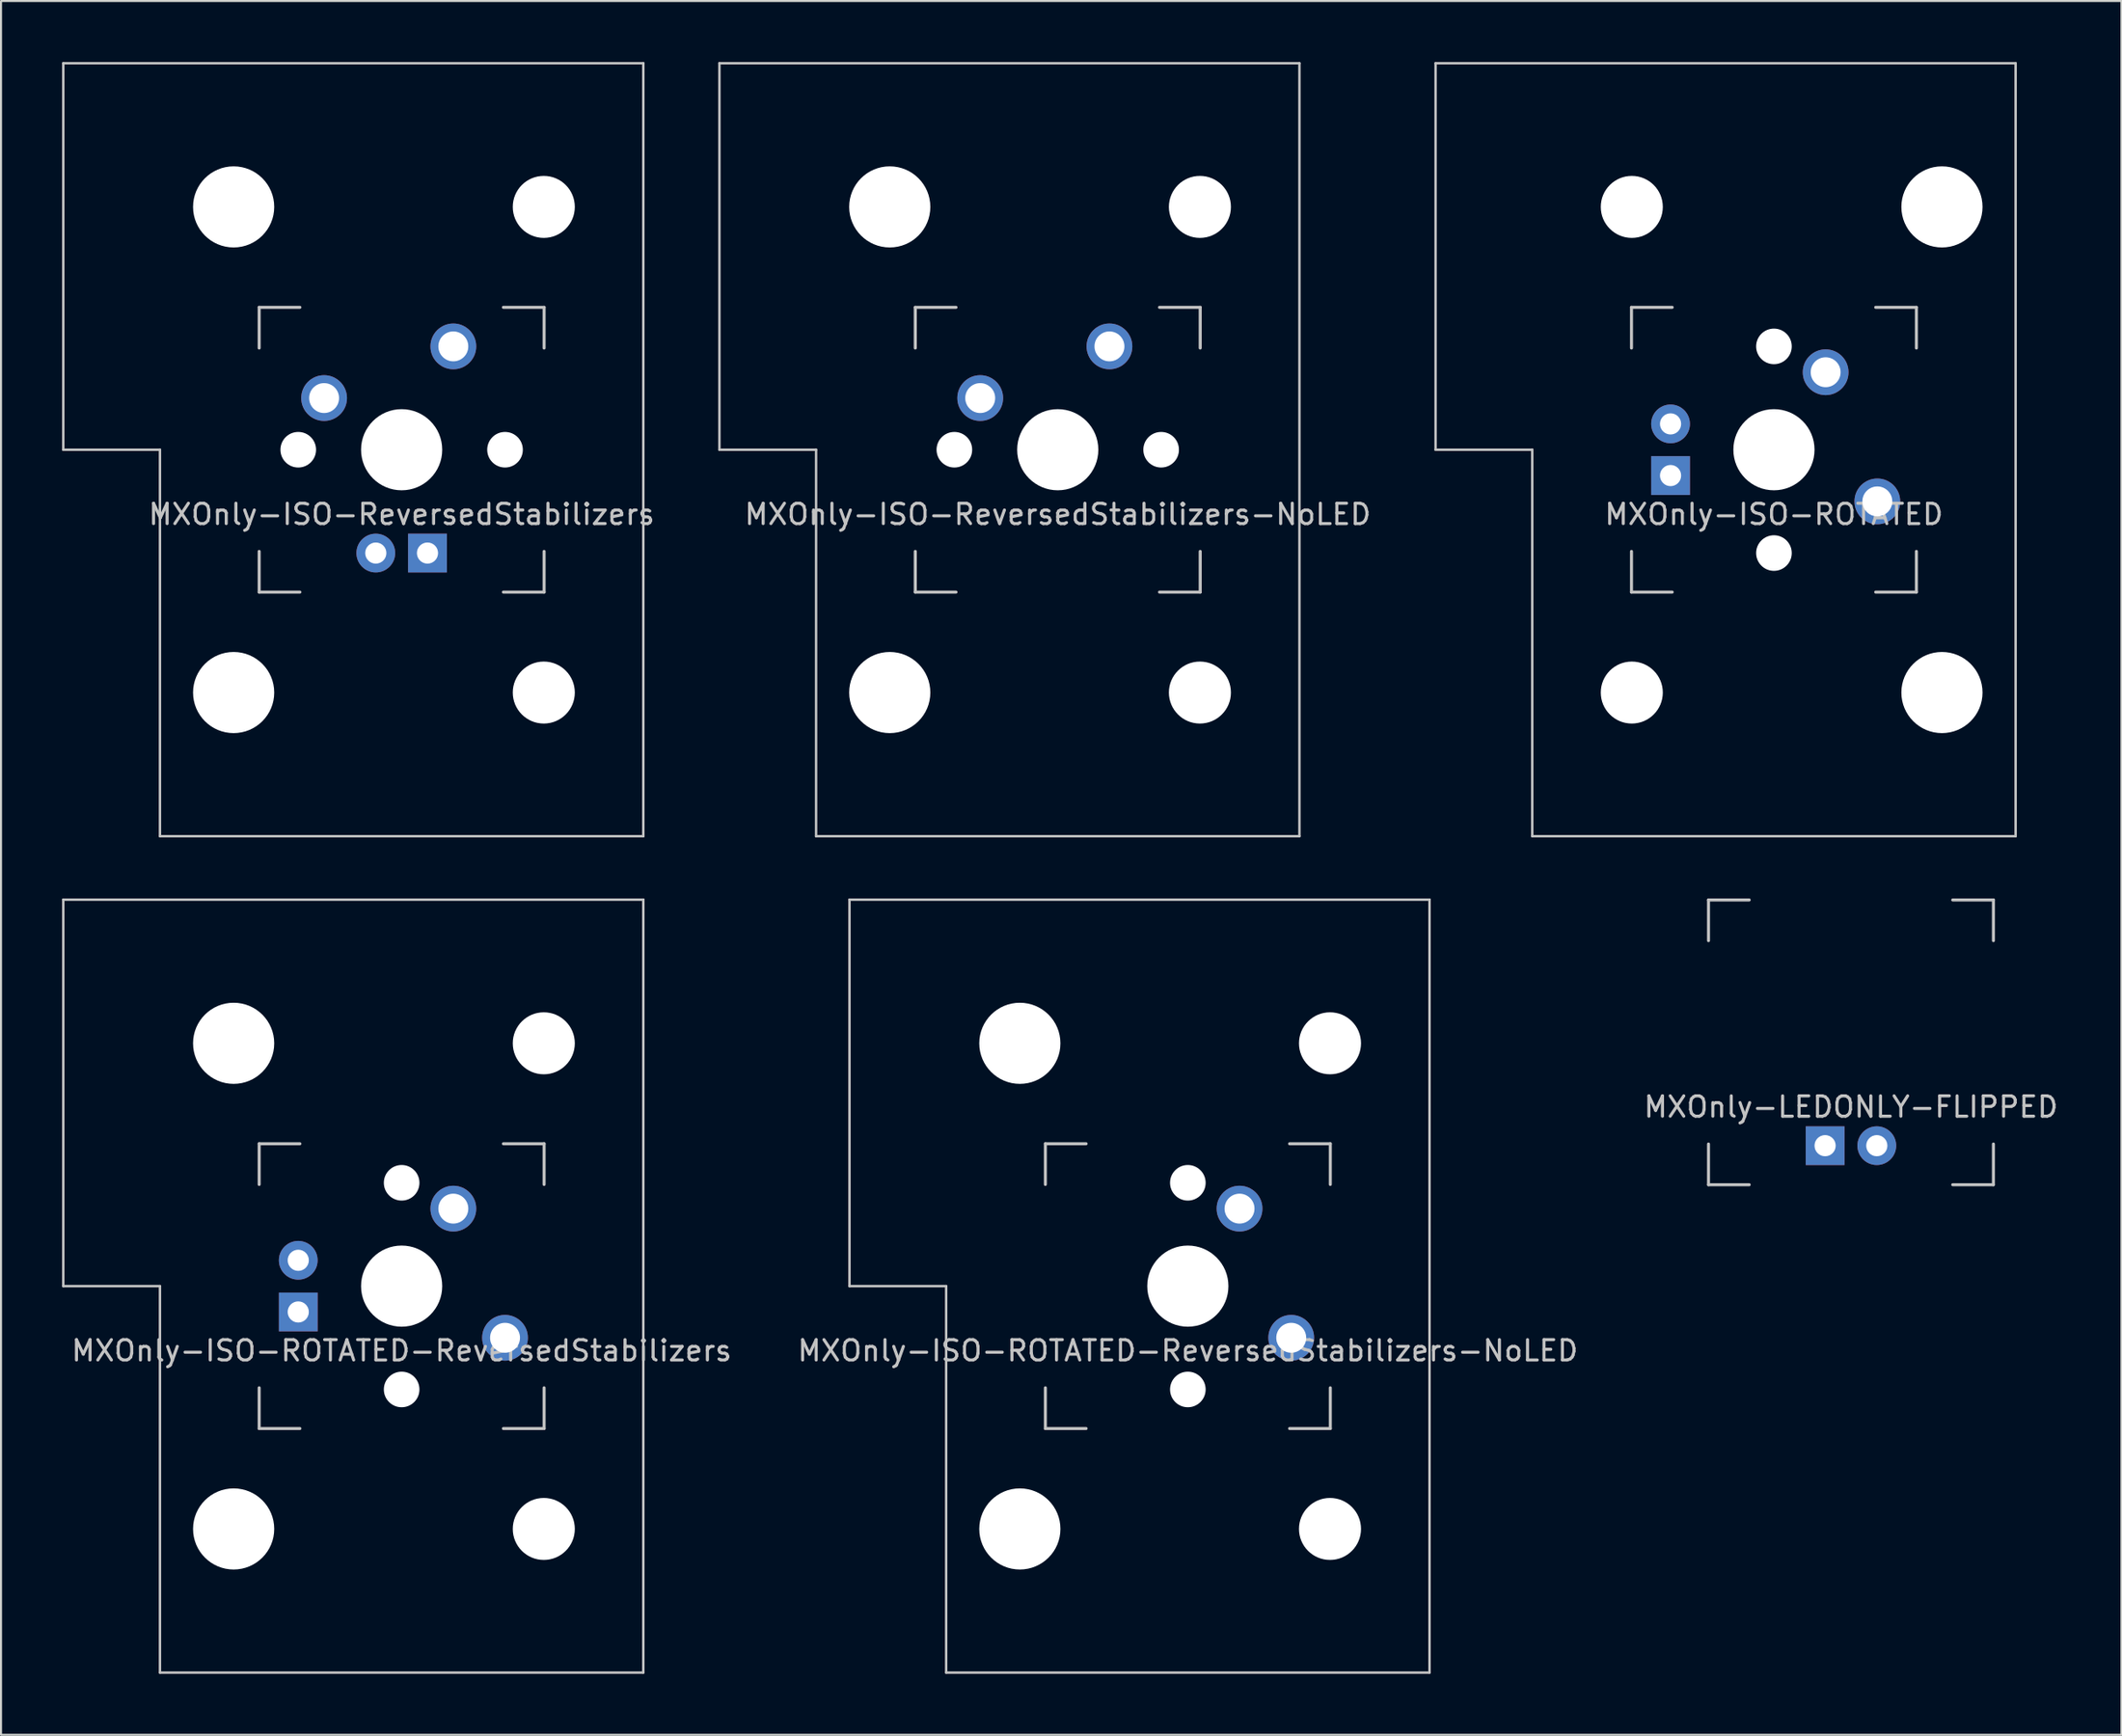
<source format=kicad_pcb>
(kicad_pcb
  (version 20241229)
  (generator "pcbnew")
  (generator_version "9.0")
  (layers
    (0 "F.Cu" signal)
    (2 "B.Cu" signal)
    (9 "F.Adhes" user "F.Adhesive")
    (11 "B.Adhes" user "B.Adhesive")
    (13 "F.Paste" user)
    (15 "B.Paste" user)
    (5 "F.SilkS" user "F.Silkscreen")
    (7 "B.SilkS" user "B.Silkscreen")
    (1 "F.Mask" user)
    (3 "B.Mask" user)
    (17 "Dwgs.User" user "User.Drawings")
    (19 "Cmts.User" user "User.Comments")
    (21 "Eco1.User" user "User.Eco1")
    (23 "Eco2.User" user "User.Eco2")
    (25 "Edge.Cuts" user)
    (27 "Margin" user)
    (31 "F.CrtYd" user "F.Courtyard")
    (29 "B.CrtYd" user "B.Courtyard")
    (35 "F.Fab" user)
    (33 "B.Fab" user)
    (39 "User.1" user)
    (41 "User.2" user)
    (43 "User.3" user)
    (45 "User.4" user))
  (footprint "MXOnly-ISO-ROTATED-ReversedStabilizers-NoLED"
    (layer "F.Cu")
    (at 55.316 60.18)
    (property "Reference" "MXOnly-ISO-ROTATED-ReversedStabilizers-NoLED" (at 0 3.175 0) (layer "Dwgs.User") (effects (font (size 1 1) (thickness 0.15))))
    (attr through_hole)
    (fp_line (start -16.625 -19) (end -16.625 0) (stroke (width 0.12) (type solid)) (layer "Dwgs.User"))
    (fp_line (start -11.875 0) (end -16.625 0) (stroke (width 0.12) (type solid)) (layer "Dwgs.User"))
    (fp_line (start -11.875 19) (end -11.875 0) (stroke (width 0.12) (type solid)) (layer "Dwgs.User"))
    (fp_line (start -7 -7) (end -7 -5) (stroke (width 0.15) (type solid)) (layer "Dwgs.User"))
    (fp_line (start -7 5) (end -7 7) (stroke (width 0.15) (type solid)) (layer "Dwgs.User"))
    (fp_line (start -7 7) (end -5 7) (stroke (width 0.15) (type solid)) (layer "Dwgs.User"))
    (fp_line (start -5 -7) (end -7 -7) (stroke (width 0.15) (type solid)) (layer "Dwgs.User"))
    (fp_line (start 5 -7) (end 7 -7) (stroke (width 0.15) (type solid)) (layer "Dwgs.User"))
    (fp_line (start 5 7) (end 7 7) (stroke (width 0.15) (type solid)) (layer "Dwgs.User"))
    (fp_line (start 7 -7) (end 7 -5) (stroke (width 0.15) (type solid)) (layer "Dwgs.User"))
    (fp_line (start 7 7) (end 7 5) (stroke (width 0.15) (type solid)) (layer "Dwgs.User"))
    (fp_line (start 11.875 -19) (end -16.625 -19) (stroke (width 0.12) (type solid)) (layer "Dwgs.User"))
    (fp_line (start 11.875 19) (end -11.875 19) (stroke (width 0.12) (type solid)) (layer "Dwgs.User"))
    (fp_line (start 11.875 19) (end 11.875 -19) (stroke (width 0.12) (type solid)) (layer "Dwgs.User"))
    (pad "" np_thru_hole circle (at -8.255 -11.938) (size 3.988 3.988) (drill 3.988) (layers "*.Cu" "*.Mask"))
    (pad "" np_thru_hole circle (at -8.255 11.938) (size 3.988 3.988) (drill 3.988) (layers "*.Cu" "*.Mask"))
    (pad "" np_thru_hole circle (at 0 -5.08 48.1) (size 1.75 1.75) (drill 1.75) (layers "*.Cu" "*.Mask"))
    (pad "" np_thru_hole circle (at 0 0) (size 3.988 3.988) (drill 3.988) (layers "*.Cu" "*.Mask"))
    (pad "" np_thru_hole circle (at 0 5.08 48.1) (size 1.75 1.75) (drill 1.75) (layers "*.Cu" "*.Mask"))
    (pad "" np_thru_hole circle (at 6.985 -11.938) (size 3.048 3.048) (drill 3.048) (layers "*.Cu" "*.Mask"))
    (pad "" np_thru_hole circle (at 6.985 11.938) (size 3.048 3.048) (drill 3.048) (layers "*.Cu" "*.Mask"))
    (pad "1" thru_hole circle (at 2.54 -3.81) (size 2.25 2.25) (drill 1.47) (layers "*.Cu" "B.Mask"))
    (pad "2" thru_hole circle (at 5.08 2.54) (size 2.25 2.25) (drill 1.47) (layers "*.Cu" "B.Mask")))
  (footprint "MXOnly-ISO-ReversedStabilizers"
    (layer "F.Cu")
    (at 16.685 19.06)
    (property "Reference" "MXOnly-ISO-ReversedStabilizers" (at 0 3.175 0) (layer "Dwgs.User") (effects (font (size 1 1) (thickness 0.15))))
    (attr through_hole)
    (fp_line (start -16.625 -19) (end -16.625 0) (stroke (width 0.12) (type solid)) (layer "Dwgs.User"))
    (fp_line (start -11.875 0) (end -16.625 0) (stroke (width 0.12) (type solid)) (layer "Dwgs.User"))
    (fp_line (start -11.875 19) (end -11.875 0) (stroke (width 0.12) (type solid)) (layer "Dwgs.User"))
    (fp_line (start -7 -7) (end -7 -5) (stroke (width 0.15) (type solid)) (layer "Dwgs.User"))
    (fp_line (start -7 5) (end -7 7) (stroke (width 0.15) (type solid)) (layer "Dwgs.User"))
    (fp_line (start -7 7) (end -5 7) (stroke (width 0.15) (type solid)) (layer "Dwgs.User"))
    (fp_line (start -5 -7) (end -7 -7) (stroke (width 0.15) (type solid)) (layer "Dwgs.User"))
    (fp_line (start 5 -7) (end 7 -7) (stroke (width 0.15) (type solid)) (layer "Dwgs.User"))
    (fp_line (start 5 7) (end 7 7) (stroke (width 0.15) (type solid)) (layer "Dwgs.User"))
    (fp_line (start 7 -7) (end 7 -5) (stroke (width 0.15) (type solid)) (layer "Dwgs.User"))
    (fp_line (start 7 7) (end 7 5) (stroke (width 0.15) (type solid)) (layer "Dwgs.User"))
    (fp_line (start 11.875 -19) (end -16.625 -19) (stroke (width 0.12) (type solid)) (layer "Dwgs.User"))
    (fp_line (start 11.875 19) (end -11.875 19) (stroke (width 0.12) (type solid)) (layer "Dwgs.User"))
    (fp_line (start 11.875 19) (end 11.875 -19) (stroke (width 0.12) (type solid)) (layer "Dwgs.User"))
    (pad "" np_thru_hole circle (at -8.255 -11.938) (size 3.988 3.988) (drill 3.988) (layers "*.Cu" "*.Mask"))
    (pad "" np_thru_hole circle (at -8.255 11.938) (size 3.988 3.988) (drill 3.988) (layers "*.Cu" "*.Mask"))
    (pad "" np_thru_hole circle (at -5.08 0 48.1) (size 1.75 1.75) (drill 1.75) (layers "*.Cu" "*.Mask"))
    (pad "" np_thru_hole circle (at 0 0) (size 3.988 3.988) (drill 3.988) (layers "*.Cu" "*.Mask"))
    (pad "" np_thru_hole circle (at 5.08 0 48.1) (size 1.75 1.75) (drill 1.75) (layers "*.Cu" "*.Mask"))
    (pad "" np_thru_hole circle (at 6.985 -11.938) (size 3.048 3.048) (drill 3.048) (layers "*.Cu" "*.Mask"))
    (pad "" np_thru_hole circle (at 6.985 11.938) (size 3.048 3.048) (drill 3.048) (layers "*.Cu" "*.Mask"))
    (pad "1" thru_hole circle (at -3.81 -2.54) (size 2.25 2.25) (drill 1.47) (layers "*.Cu" "B.Mask"))
    (pad "2" thru_hole circle (at 2.54 -5.08) (size 2.25 2.25) (drill 1.47) (layers "*.Cu" "B.Mask"))
    (pad "3" thru_hole circle (at -1.27 5.08) (size 1.905 1.905) (drill 1.04) (layers "*.Cu" "B.Mask"))
    (pad "4" thru_hole rect (at 1.27 5.08) (size 1.905 1.905) (drill 1.04) (layers "*.Cu" "B.Mask")))
  (footprint "MXOnly-ISO-ROTATED-ReversedStabilizers"
    (layer "F.Cu")
    (at 16.685 60.18)
    (property "Reference" "MXOnly-ISO-ROTATED-ReversedStabilizers" (at 0 3.175 0) (layer "Dwgs.User") (effects (font (size 1 1) (thickness 0.15))))
    (attr through_hole)
    (fp_line (start -16.625 -19) (end -16.625 0) (stroke (width 0.12) (type solid)) (layer "Dwgs.User"))
    (fp_line (start -11.875 0) (end -16.625 0) (stroke (width 0.12) (type solid)) (layer "Dwgs.User"))
    (fp_line (start -11.875 19) (end -11.875 0) (stroke (width 0.12) (type solid)) (layer "Dwgs.User"))
    (fp_line (start -7 -7) (end -7 -5) (stroke (width 0.15) (type solid)) (layer "Dwgs.User"))
    (fp_line (start -7 5) (end -7 7) (stroke (width 0.15) (type solid)) (layer "Dwgs.User"))
    (fp_line (start -7 7) (end -5 7) (stroke (width 0.15) (type solid)) (layer "Dwgs.User"))
    (fp_line (start -5 -7) (end -7 -7) (stroke (width 0.15) (type solid)) (layer "Dwgs.User"))
    (fp_line (start 5 -7) (end 7 -7) (stroke (width 0.15) (type solid)) (layer "Dwgs.User"))
    (fp_line (start 5 7) (end 7 7) (stroke (width 0.15) (type solid)) (layer "Dwgs.User"))
    (fp_line (start 7 -7) (end 7 -5) (stroke (width 0.15) (type solid)) (layer "Dwgs.User"))
    (fp_line (start 7 7) (end 7 5) (stroke (width 0.15) (type solid)) (layer "Dwgs.User"))
    (fp_line (start 11.875 -19) (end -16.625 -19) (stroke (width 0.12) (type solid)) (layer "Dwgs.User"))
    (fp_line (start 11.875 19) (end -11.875 19) (stroke (width 0.12) (type solid)) (layer "Dwgs.User"))
    (fp_line (start 11.875 19) (end 11.875 -19) (stroke (width 0.12) (type solid)) (layer "Dwgs.User"))
    (pad "" np_thru_hole circle (at -8.255 -11.938) (size 3.988 3.988) (drill 3.988) (layers "*.Cu" "*.Mask"))
    (pad "" np_thru_hole circle (at -8.255 11.938) (size 3.988 3.988) (drill 3.988) (layers "*.Cu" "*.Mask"))
    (pad "" np_thru_hole circle (at 0 -5.08 48.1) (size 1.75 1.75) (drill 1.75) (layers "*.Cu" "*.Mask"))
    (pad "" np_thru_hole circle (at 0 0) (size 3.988 3.988) (drill 3.988) (layers "*.Cu" "*.Mask"))
    (pad "" np_thru_hole circle (at 0 5.08 48.1) (size 1.75 1.75) (drill 1.75) (layers "*.Cu" "*.Mask"))
    (pad "" np_thru_hole circle (at 6.985 -11.938) (size 3.048 3.048) (drill 3.048) (layers "*.Cu" "*.Mask"))
    (pad "" np_thru_hole circle (at 6.985 11.938) (size 3.048 3.048) (drill 3.048) (layers "*.Cu" "*.Mask"))
    (pad "1" thru_hole circle (at 2.54 -3.81) (size 2.25 2.25) (drill 1.47) (layers "*.Cu" "B.Mask"))
    (pad "2" thru_hole circle (at 5.08 2.54) (size 2.25 2.25) (drill 1.47) (layers "*.Cu" "B.Mask"))
    (pad "3" thru_hole circle (at -5.08 -1.27) (size 1.905 1.905) (drill 1.04) (layers "*.Cu" "B.Mask"))
    (pad "4" thru_hole rect (at -5.08 1.27) (size 1.905 1.905) (drill 1.04) (layers "*.Cu" "B.Mask")))
  (footprint "MXOnly-LEDONLY-FLIPPED"
    (layer "F.Cu")
    (at 87.899 48.195)
    (property "Reference" "MXOnly-LEDONLY-FLIPPED" (at 0 3.175 0) (layer "Dwgs.User") (effects (font (size 1 1) (thickness 0.15))))
    (attr through_hole)
    (fp_line (start -7 -7) (end -7 -5) (stroke (width 0.15) (type solid)) (layer "Dwgs.User"))
    (fp_line (start -7 5) (end -7 7) (stroke (width 0.15) (type solid)) (layer "Dwgs.User"))
    (fp_line (start -7 7) (end -5 7) (stroke (width 0.15) (type solid)) (layer "Dwgs.User"))
    (fp_line (start -5 -7) (end -7 -7) (stroke (width 0.15) (type solid)) (layer "Dwgs.User"))
    (fp_line (start 5 -7) (end 7 -7) (stroke (width 0.15) (type solid)) (layer "Dwgs.User"))
    (fp_line (start 5 7) (end 7 7) (stroke (width 0.15) (type solid)) (layer "Dwgs.User"))
    (fp_line (start 7 -7) (end 7 -5) (stroke (width 0.15) (type solid)) (layer "Dwgs.User"))
    (fp_line (start 7 7) (end 7 5) (stroke (width 0.15) (type solid)) (layer "Dwgs.User"))
    (pad "1" thru_hole circle (at 1.27 5.08) (size 1.905 1.905) (drill 1.04) (layers "*.Cu" "*.Mask"))
    (pad "2" thru_hole rect (at -1.27 5.08) (size 1.905 1.905) (drill 1.04) (layers "*.Cu" "*.Mask")))
  (footprint "MXOnly-ISO-ROTATED"
    (layer "F.Cu")
    (at 84.115 19.06)
    (property "Reference" "MXOnly-ISO-ROTATED" (at 0 3.175 0) (layer "Dwgs.User") (effects (font (size 1 1) (thickness 0.15))))
    (attr through_hole)
    (fp_line (start -16.625 -19) (end -16.625 0) (stroke (width 0.12) (type solid)) (layer "Dwgs.User"))
    (fp_line (start -11.875 0) (end -16.625 0) (stroke (width 0.12) (type solid)) (layer "Dwgs.User"))
    (fp_line (start -11.875 19) (end -11.875 0) (stroke (width 0.12) (type solid)) (layer "Dwgs.User"))
    (fp_line (start -7 -7) (end -7 -5) (stroke (width 0.15) (type solid)) (layer "Dwgs.User"))
    (fp_line (start -7 5) (end -7 7) (stroke (width 0.15) (type solid)) (layer "Dwgs.User"))
    (fp_line (start -7 7) (end -5 7) (stroke (width 0.15) (type solid)) (layer "Dwgs.User"))
    (fp_line (start -5 -7) (end -7 -7) (stroke (width 0.15) (type solid)) (layer "Dwgs.User"))
    (fp_line (start 5 -7) (end 7 -7) (stroke (width 0.15) (type solid)) (layer "Dwgs.User"))
    (fp_line (start 5 7) (end 7 7) (stroke (width 0.15) (type solid)) (layer "Dwgs.User"))
    (fp_line (start 7 -7) (end 7 -5) (stroke (width 0.15) (type solid)) (layer "Dwgs.User"))
    (fp_line (start 7 7) (end 7 5) (stroke (width 0.15) (type solid)) (layer "Dwgs.User"))
    (fp_line (start 11.875 -19) (end -16.625 -19) (stroke (width 0.12) (type solid)) (layer "Dwgs.User"))
    (fp_line (start 11.875 19) (end -11.875 19) (stroke (width 0.12) (type solid)) (layer "Dwgs.User"))
    (fp_line (start 11.875 19) (end 11.875 -19) (stroke (width 0.12) (type solid)) (layer "Dwgs.User"))
    (pad "" np_thru_hole circle (at -6.985 -11.938) (size 3.048 3.048) (drill 3.048) (layers "*.Cu" "*.Mask"))
    (pad "" np_thru_hole circle (at -6.985 11.938) (size 3.048 3.048) (drill 3.048) (layers "*.Cu" "*.Mask"))
    (pad "" np_thru_hole circle (at 0 -5.08 48.1) (size 1.75 1.75) (drill 1.75) (layers "*.Cu" "*.Mask"))
    (pad "" np_thru_hole circle (at 0 0) (size 3.988 3.988) (drill 3.988) (layers "*.Cu" "*.Mask"))
    (pad "" np_thru_hole circle (at 0 5.08 48.1) (size 1.75 1.75) (drill 1.75) (layers "*.Cu" "*.Mask"))
    (pad "" np_thru_hole circle (at 8.255 -11.938) (size 3.988 3.988) (drill 3.988) (layers "*.Cu" "*.Mask"))
    (pad "" np_thru_hole circle (at 8.255 11.938) (size 3.988 3.988) (drill 3.988) (layers "*.Cu" "*.Mask"))
    (pad "1" thru_hole circle (at 2.54 -3.81) (size 2.25 2.25) (drill 1.47) (layers "*.Cu" "B.Mask"))
    (pad "2" thru_hole circle (at 5.08 2.54) (size 2.25 2.25) (drill 1.47) (layers "*.Cu" "B.Mask"))
    (pad "3" thru_hole circle (at -5.08 -1.27) (size 1.905 1.905) (drill 1.04) (layers "*.Cu" "B.Mask"))
    (pad "4" thru_hole rect (at -5.08 1.27) (size 1.905 1.905) (drill 1.04) (layers "*.Cu" "B.Mask")))
  (footprint "MXOnly-ISO-ReversedStabilizers-NoLED"
    (layer "F.Cu")
    (at 48.924 19.06)
    (property "Reference" "MXOnly-ISO-ReversedStabilizers-NoLED" (at 0 3.175 0) (layer "Dwgs.User") (effects (font (size 1 1) (thickness 0.15))))
    (attr through_hole)
    (fp_line (start -16.625 -19) (end -16.625 0) (stroke (width 0.12) (type solid)) (layer "Dwgs.User"))
    (fp_line (start -11.875 0) (end -16.625 0) (stroke (width 0.12) (type solid)) (layer "Dwgs.User"))
    (fp_line (start -11.875 19) (end -11.875 0) (stroke (width 0.12) (type solid)) (layer "Dwgs.User"))
    (fp_line (start -7 -7) (end -7 -5) (stroke (width 0.15) (type solid)) (layer "Dwgs.User"))
    (fp_line (start -7 5) (end -7 7) (stroke (width 0.15) (type solid)) (layer "Dwgs.User"))
    (fp_line (start -7 7) (end -5 7) (stroke (width 0.15) (type solid)) (layer "Dwgs.User"))
    (fp_line (start -5 -7) (end -7 -7) (stroke (width 0.15) (type solid)) (layer "Dwgs.User"))
    (fp_line (start 5 -7) (end 7 -7) (stroke (width 0.15) (type solid)) (layer "Dwgs.User"))
    (fp_line (start 5 7) (end 7 7) (stroke (width 0.15) (type solid)) (layer "Dwgs.User"))
    (fp_line (start 7 -7) (end 7 -5) (stroke (width 0.15) (type solid)) (layer "Dwgs.User"))
    (fp_line (start 7 7) (end 7 5) (stroke (width 0.15) (type solid)) (layer "Dwgs.User"))
    (fp_line (start 11.875 -19) (end -16.625 -19) (stroke (width 0.12) (type solid)) (layer "Dwgs.User"))
    (fp_line (start 11.875 19) (end -11.875 19) (stroke (width 0.12) (type solid)) (layer "Dwgs.User"))
    (fp_line (start 11.875 19) (end 11.875 -19) (stroke (width 0.12) (type solid)) (layer "Dwgs.User"))
    (pad "" np_thru_hole circle (at -8.255 -11.938) (size 3.988 3.988) (drill 3.988) (layers "*.Cu" "*.Mask"))
    (pad "" np_thru_hole circle (at -8.255 11.938) (size 3.988 3.988) (drill 3.988) (layers "*.Cu" "*.Mask"))
    (pad "" np_thru_hole circle (at -5.08 0 48.1) (size 1.75 1.75) (drill 1.75) (layers "*.Cu" "*.Mask"))
    (pad "" np_thru_hole circle (at 0 0) (size 3.988 3.988) (drill 3.988) (layers "*.Cu" "*.Mask"))
    (pad "" np_thru_hole circle (at 5.08 0 48.1) (size 1.75 1.75) (drill 1.75) (layers "*.Cu" "*.Mask"))
    (pad "" np_thru_hole circle (at 6.985 -11.938) (size 3.048 3.048) (drill 3.048) (layers "*.Cu" "*.Mask"))
    (pad "" np_thru_hole circle (at 6.985 11.938) (size 3.048 3.048) (drill 3.048) (layers "*.Cu" "*.Mask"))
    (pad "1" thru_hole circle (at -3.81 -2.54) (size 2.25 2.25) (drill 1.47) (layers "*.Cu" "B.Mask"))
    (pad "2" thru_hole circle (at 2.54 -5.08) (size 2.25 2.25) (drill 1.47) (layers "*.Cu" "B.Mask")))
  (gr_rect
    (start -3 -3)
    (end 101.191 82.24)
    (stroke (width 0.1) (type default))
    (fill no)
    (layer "Edge.Cuts")))
</source>
